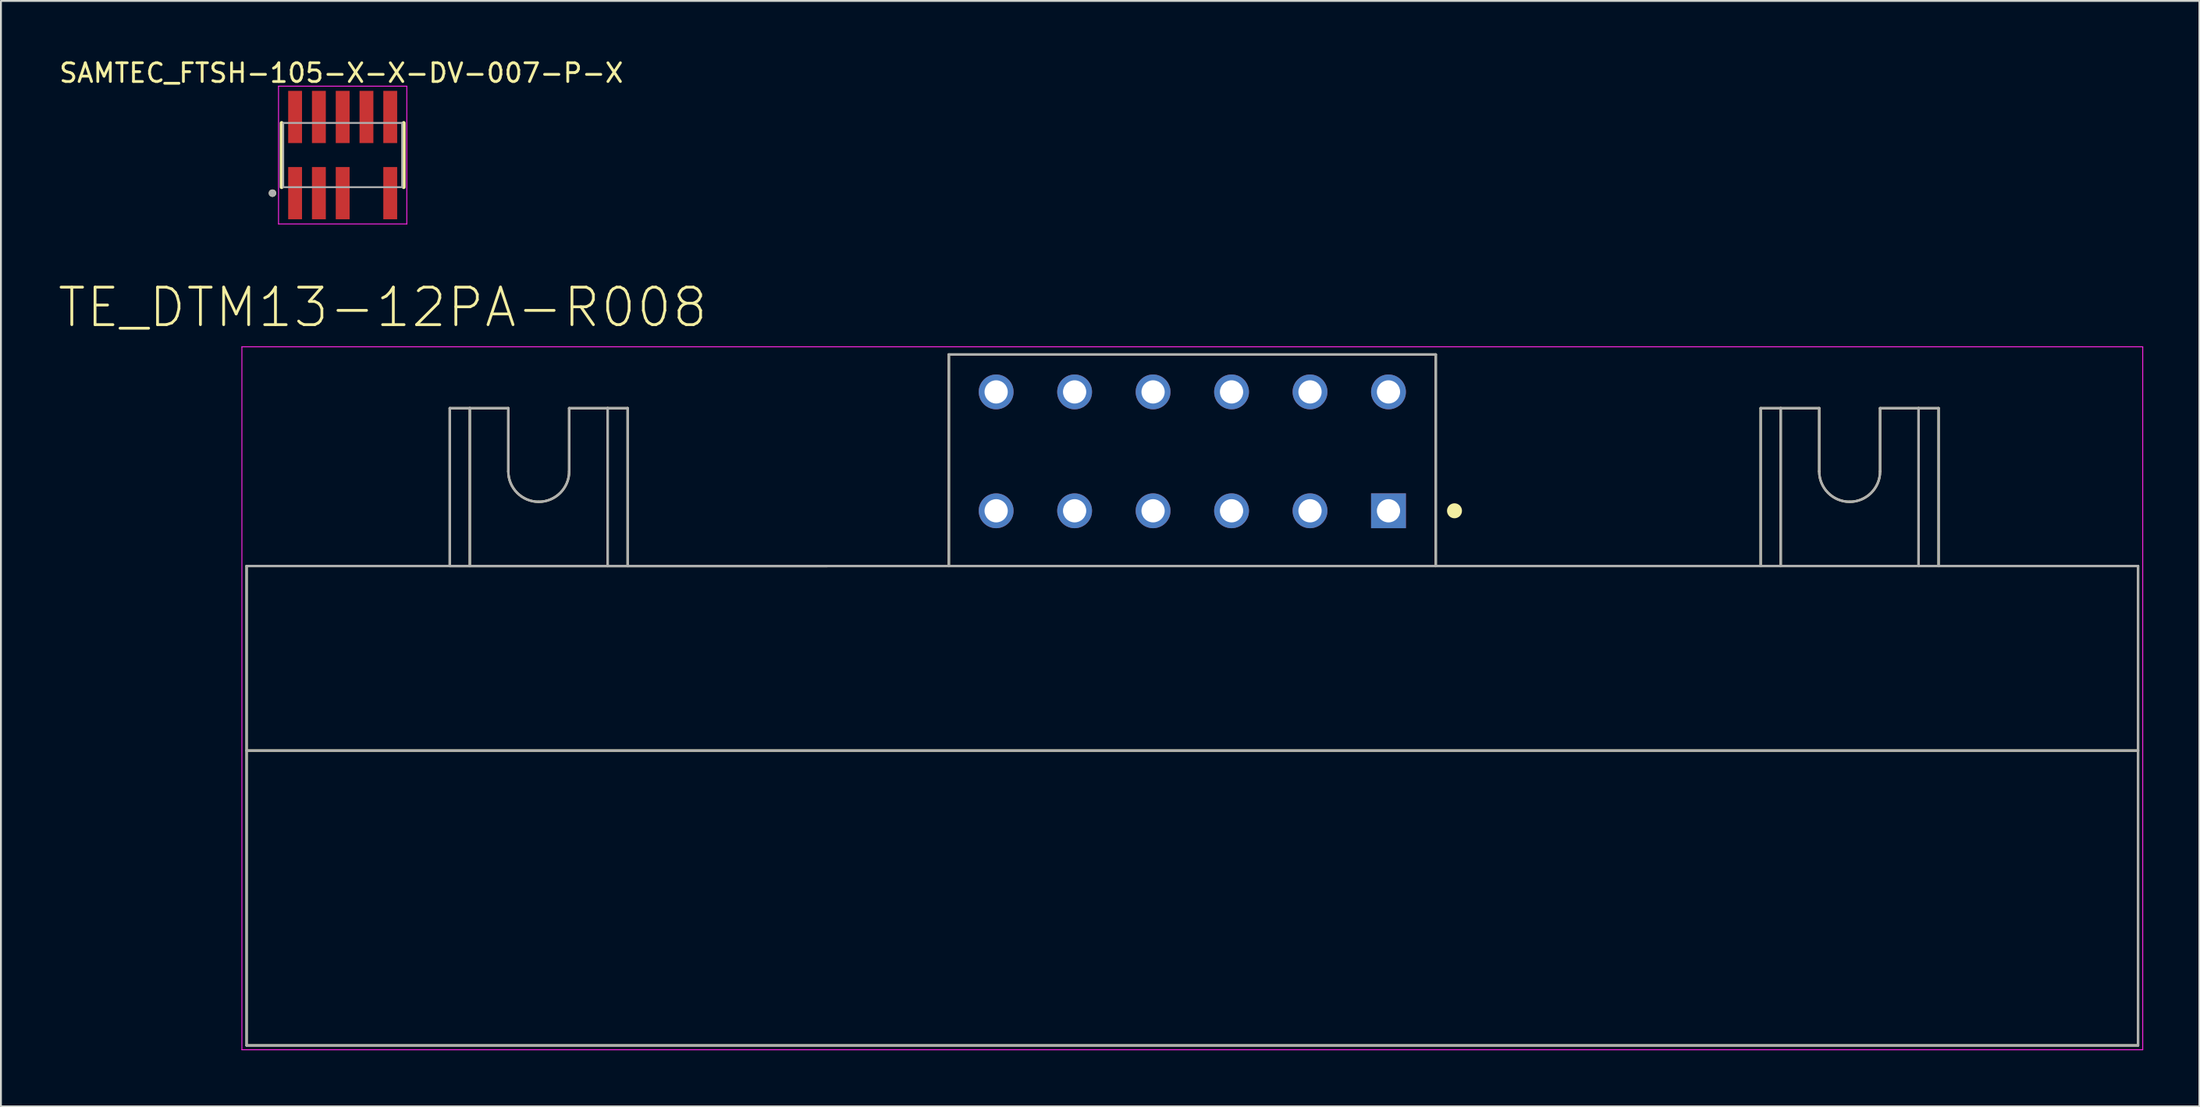
<source format=kicad_pcb>
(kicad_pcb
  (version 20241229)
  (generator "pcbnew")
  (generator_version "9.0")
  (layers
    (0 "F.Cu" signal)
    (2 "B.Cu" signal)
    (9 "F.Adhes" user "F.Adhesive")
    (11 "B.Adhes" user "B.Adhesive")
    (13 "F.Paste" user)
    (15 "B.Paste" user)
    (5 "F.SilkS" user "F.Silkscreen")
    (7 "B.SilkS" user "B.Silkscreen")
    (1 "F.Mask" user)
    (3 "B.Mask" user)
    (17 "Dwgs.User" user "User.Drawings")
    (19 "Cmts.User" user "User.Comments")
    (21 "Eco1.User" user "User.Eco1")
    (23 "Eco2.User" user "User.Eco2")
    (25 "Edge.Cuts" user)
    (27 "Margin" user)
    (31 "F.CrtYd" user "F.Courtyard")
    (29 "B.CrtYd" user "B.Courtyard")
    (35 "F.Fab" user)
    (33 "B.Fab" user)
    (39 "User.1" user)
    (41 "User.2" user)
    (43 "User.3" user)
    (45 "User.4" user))
  (footprint "TE_DTM13-12PA-R008"
    (layer "F.Cu")
    (at 60.617 22.275)
    (property "Reference" "TE_DTM13-12PA-R008" (at -43.236 -8.902 0) (layer "F.SilkS") (effects (font (size 2.003 2.003) (thickness 0.15))))
    (attr through_hole)
    (fp_line (start -50.5 4.91) (end -13 4.91) (stroke (width 0.127) (type solid)) (layer "F.SilkS"))
    (fp_line (start -50.5 14.77) (end -50.5 4.91) (stroke (width 0.127) (type solid)) (layer "F.SilkS"))
    (fp_line (start -50.5 14.77) (end -50.5 30.52) (stroke (width 0.127) (type solid)) (layer "F.SilkS"))
    (fp_line (start -50.5 30.52) (end 50.5 30.52) (stroke (width 0.127) (type solid)) (layer "F.SilkS"))
    (fp_line (start -39.65 -3.52) (end -38.58 -3.52) (stroke (width 0.127) (type solid)) (layer "F.SilkS"))
    (fp_line (start -39.65 4.91) (end -39.65 -3.52) (stroke (width 0.127) (type solid)) (layer "F.SilkS"))
    (fp_line (start -39.65 4.91) (end -38.58 4.91) (stroke (width 0.127) (type solid)) (layer "F.SilkS"))
    (fp_line (start -38.58 -3.52) (end -36.525 -3.52) (stroke (width 0.127) (type solid)) (layer "F.SilkS"))
    (fp_line (start -38.58 4.91) (end -38.58 -3.52) (stroke (width 0.127) (type solid)) (layer "F.SilkS"))
    (fp_line (start -38.58 4.91) (end -31.22 4.91) (stroke (width 0.127) (type solid)) (layer "F.SilkS"))
    (fp_line (start -36.525 -3.52) (end -36.525 -0.145) (stroke (width 0.127) (type solid)) (layer "F.SilkS"))
    (fp_line (start -33.275 -3.52) (end -31.22 -3.52) (stroke (width 0.127) (type solid)) (layer "F.SilkS"))
    (fp_line (start -33.275 -0.145) (end -33.275 -3.52) (stroke (width 0.127) (type solid)) (layer "F.SilkS"))
    (fp_line (start -31.22 -3.52) (end -30.15 -3.52) (stroke (width 0.127) (type solid)) (layer "F.SilkS"))
    (fp_line (start -31.22 4.91) (end -31.22 -3.52) (stroke (width 0.127) (type solid)) (layer "F.SilkS"))
    (fp_line (start -31.22 4.91) (end -30.15 4.91) (stroke (width 0.127) (type solid)) (layer "F.SilkS"))
    (fp_line (start -30.15 -3.52) (end -30.15 4.91) (stroke (width 0.127) (type solid)) (layer "F.SilkS"))
    (fp_line (start -30.15 4.91) (end -19.5 4.91) (stroke (width 0.127) (type solid)) (layer "F.SilkS"))
    (fp_line (start -13 -6.39) (end 13 -6.39) (stroke (width 0.127) (type solid)) (layer "F.SilkS"))
    (fp_line (start -13 4.91) (end -13 -6.39) (stroke (width 0.127) (type solid)) (layer "F.SilkS"))
    (fp_line (start -13 4.91) (end 13 4.91) (stroke (width 0.127) (type solid)) (layer "F.SilkS"))
    (fp_line (start 13 -6.39) (end 13 4.91) (stroke (width 0.127) (type solid)) (layer "F.SilkS"))
    (fp_line (start 13 4.91) (end 30.35 4.91) (stroke (width 0.127) (type solid)) (layer "F.SilkS"))
    (fp_line (start 30.35 -3.52) (end 31.42 -3.52) (stroke (width 0.127) (type solid)) (layer "F.SilkS"))
    (fp_line (start 30.35 4.91) (end 30.35 -3.52) (stroke (width 0.127) (type solid)) (layer "F.SilkS"))
    (fp_line (start 30.35 4.91) (end 31.42 4.91) (stroke (width 0.127) (type solid)) (layer "F.SilkS"))
    (fp_line (start 31.42 -3.52) (end 33.475 -3.52) (stroke (width 0.127) (type solid)) (layer "F.SilkS"))
    (fp_line (start 31.42 4.91) (end 31.42 -3.52) (stroke (width 0.127) (type solid)) (layer "F.SilkS"))
    (fp_line (start 31.42 4.91) (end 38.78 4.91) (stroke (width 0.127) (type solid)) (layer "F.SilkS"))
    (fp_line (start 33.475 -3.52) (end 33.475 -0.145) (stroke (width 0.127) (type solid)) (layer "F.SilkS"))
    (fp_line (start 36.725 -3.52) (end 38.78 -3.52) (stroke (width 0.127) (type solid)) (layer "F.SilkS"))
    (fp_line (start 36.725 -0.145) (end 36.725 -3.52) (stroke (width 0.127) (type solid)) (layer "F.SilkS"))
    (fp_line (start 38.78 -3.52) (end 39.85 -3.52) (stroke (width 0.127) (type solid)) (layer "F.SilkS"))
    (fp_line (start 38.78 4.91) (end 38.78 -3.52) (stroke (width 0.127) (type solid)) (layer "F.SilkS"))
    (fp_line (start 38.78 4.91) (end 39.85 4.91) (stroke (width 0.127) (type solid)) (layer "F.SilkS"))
    (fp_line (start 39.85 -3.52) (end 39.85 4.91) (stroke (width 0.127) (type solid)) (layer "F.SilkS"))
    (fp_line (start 39.85 4.91) (end 50.5 4.91) (stroke (width 0.127) (type solid)) (layer "F.SilkS"))
    (fp_line (start 50.5 4.91) (end 50.5 14.77) (stroke (width 0.127) (type solid)) (layer "F.SilkS"))
    (fp_line (start 50.5 14.77) (end -50.5 14.77) (stroke (width 0.127) (type solid)) (layer "F.SilkS"))
    (fp_line (start 50.5 30.52) (end 50.5 14.77) (stroke (width 0.127) (type solid)) (layer "F.SilkS"))
    (fp_arc (start -34.9 1.48) (mid -36.049049 1.004049) (end -36.525 -0.145) (stroke (width 0.127) (type solid)) (layer "F.SilkS"))
    (fp_arc (start -33.275 -0.145) (mid -33.750951 1.004049) (end -34.9 1.48) (stroke (width 0.127) (type solid)) (layer "F.SilkS"))
    (fp_arc (start 35.1 1.48) (mid 33.950951 1.004049) (end 33.475 -0.145) (stroke (width 0.127) (type solid)) (layer "F.SilkS"))
    (fp_arc (start 36.725 -0.145) (mid 36.249049 1.004049) (end 35.1 1.48) (stroke (width 0.127) (type solid)) (layer "F.SilkS"))
    (fp_circle (center 14 1.96) (end 14.2 1.96) (stroke (width 0.4) (type solid)) (fill no) (layer "F.SilkS"))
    (fp_line (start -50.75 -6.8) (end -50.75 30.75) (stroke (width 0.05) (type solid)) (layer "F.CrtYd"))
    (fp_line (start -50.75 30.75) (end 50.75 30.75) (stroke (width 0.05) (type solid)) (layer "F.CrtYd"))
    (fp_line (start 50.75 -6.8) (end -50.75 -6.8) (stroke (width 0.05) (type solid)) (layer "F.CrtYd"))
    (fp_line (start 50.75 30.75) (end 50.75 -6.8) (stroke (width 0.05) (type solid)) (layer "F.CrtYd"))
    (fp_line (start -50.5 4.91) (end -13 4.91) (stroke (width 0.127) (type solid)) (layer "F.Fab"))
    (fp_line (start -50.5 14.77) (end -50.5 4.91) (stroke (width 0.127) (type solid)) (layer "F.Fab"))
    (fp_line (start -50.5 14.77) (end -50.5 30.52) (stroke (width 0.127) (type solid)) (layer "F.Fab"))
    (fp_line (start -50.5 30.52) (end 50.5 30.52) (stroke (width 0.127) (type solid)) (layer "F.Fab"))
    (fp_line (start -39.65 -3.52) (end -38.58 -3.52) (stroke (width 0.127) (type solid)) (layer "F.Fab"))
    (fp_line (start -39.65 4.91) (end -39.65 -3.52) (stroke (width 0.127) (type solid)) (layer "F.Fab"))
    (fp_line (start -39.65 4.91) (end -38.58 4.91) (stroke (width 0.127) (type solid)) (layer "F.Fab"))
    (fp_line (start -38.58 -3.52) (end -36.525 -3.52) (stroke (width 0.127) (type solid)) (layer "F.Fab"))
    (fp_line (start -38.58 4.91) (end -38.58 -3.52) (stroke (width 0.127) (type solid)) (layer "F.Fab"))
    (fp_line (start -38.58 4.91) (end -31.22 4.91) (stroke (width 0.127) (type solid)) (layer "F.Fab"))
    (fp_line (start -36.525 -3.52) (end -36.525 -0.145) (stroke (width 0.127) (type solid)) (layer "F.Fab"))
    (fp_line (start -33.275 -3.52) (end -31.22 -3.52) (stroke (width 0.127) (type solid)) (layer "F.Fab"))
    (fp_line (start -33.275 -0.145) (end -33.275 -3.52) (stroke (width 0.127) (type solid)) (layer "F.Fab"))
    (fp_line (start -31.22 -3.52) (end -30.15 -3.52) (stroke (width 0.127) (type solid)) (layer "F.Fab"))
    (fp_line (start -31.22 4.91) (end -31.22 -3.52) (stroke (width 0.127) (type solid)) (layer "F.Fab"))
    (fp_line (start -31.22 4.91) (end -30.15 4.91) (stroke (width 0.127) (type solid)) (layer "F.Fab"))
    (fp_line (start -30.15 -3.52) (end -30.15 4.91) (stroke (width 0.127) (type solid)) (layer "F.Fab"))
    (fp_line (start -30.15 4.91) (end -19.5 4.91) (stroke (width 0.127) (type solid)) (layer "F.Fab"))
    (fp_line (start -13 -6.39) (end 13 -6.39) (stroke (width 0.127) (type solid)) (layer "F.Fab"))
    (fp_line (start -13 4.91) (end -13 -6.39) (stroke (width 0.127) (type solid)) (layer "F.Fab"))
    (fp_line (start -13 4.91) (end 13 4.91) (stroke (width 0.127) (type solid)) (layer "F.Fab"))
    (fp_line (start 13 -6.39) (end 13 4.91) (stroke (width 0.127) (type solid)) (layer "F.Fab"))
    (fp_line (start 13 4.91) (end 30.35 4.91) (stroke (width 0.127) (type solid)) (layer "F.Fab"))
    (fp_line (start 30.35 -3.52) (end 31.42 -3.52) (stroke (width 0.127) (type solid)) (layer "F.Fab"))
    (fp_line (start 30.35 4.91) (end 30.35 -3.52) (stroke (width 0.127) (type solid)) (layer "F.Fab"))
    (fp_line (start 30.35 4.91) (end 31.42 4.91) (stroke (width 0.127) (type solid)) (layer "F.Fab"))
    (fp_line (start 31.42 -3.52) (end 33.475 -3.52) (stroke (width 0.127) (type solid)) (layer "F.Fab"))
    (fp_line (start 31.42 4.91) (end 31.42 -3.52) (stroke (width 0.127) (type solid)) (layer "F.Fab"))
    (fp_line (start 31.42 4.91) (end 38.78 4.91) (stroke (width 0.127) (type solid)) (layer "F.Fab"))
    (fp_line (start 33.475 -3.52) (end 33.475 -0.145) (stroke (width 0.127) (type solid)) (layer "F.Fab"))
    (fp_line (start 36.725 -3.52) (end 38.78 -3.52) (stroke (width 0.127) (type solid)) (layer "F.Fab"))
    (fp_line (start 36.725 -0.145) (end 36.725 -3.52) (stroke (width 0.127) (type solid)) (layer "F.Fab"))
    (fp_line (start 38.78 -3.52) (end 39.85 -3.52) (stroke (width 0.127) (type solid)) (layer "F.Fab"))
    (fp_line (start 38.78 4.91) (end 38.78 -3.52) (stroke (width 0.127) (type solid)) (layer "F.Fab"))
    (fp_line (start 38.78 4.91) (end 39.85 4.91) (stroke (width 0.127) (type solid)) (layer "F.Fab"))
    (fp_line (start 39.85 -3.52) (end 39.85 4.91) (stroke (width 0.127) (type solid)) (layer "F.Fab"))
    (fp_line (start 39.85 4.91) (end 50.5 4.91) (stroke (width 0.127) (type solid)) (layer "F.Fab"))
    (fp_line (start 50.5 4.91) (end 50.5 14.77) (stroke (width 0.127) (type solid)) (layer "F.Fab"))
    (fp_line (start 50.5 14.77) (end -50.5 14.77) (stroke (width 0.127) (type solid)) (layer "F.Fab"))
    (fp_line (start 50.5 30.52) (end 50.5 14.77) (stroke (width 0.127) (type solid)) (layer "F.Fab"))
    (fp_arc (start -34.9 1.48) (mid -36.049049 1.004049) (end -36.525 -0.145) (stroke (width 0.127) (type solid)) (layer "F.Fab"))
    (fp_arc (start -33.275 -0.145) (mid -33.750951 1.004049) (end -34.9 1.48) (stroke (width 0.127) (type solid)) (layer "F.Fab"))
    (fp_arc (start 35.1 1.48) (mid 33.950951 1.004049) (end 33.475 -0.145) (stroke (width 0.127) (type solid)) (layer "F.Fab"))
    (fp_arc (start 36.725 -0.145) (mid 36.249049 1.004049) (end 35.1 1.48) (stroke (width 0.127) (type solid)) (layer "F.Fab"))
    (fp_circle (center 10.475 1.96) (end 10.675 1.96) (stroke (width 0.4) (type solid)) (fill no) (layer "F.Fab"))
    (pad "1" thru_hole rect (at 10.475 1.96) (size 1.86 1.86) (drill 1.24) (layers "*.Cu" "*.Mask"))
    (pad "2" thru_hole circle (at 6.285 1.96) (size 1.86 1.86) (drill 1.24) (layers "*.Cu" "*.Mask"))
    (pad "3" thru_hole circle (at 2.095 1.96) (size 1.86 1.86) (drill 1.24) (layers "*.Cu" "*.Mask"))
    (pad "4" thru_hole circle (at -2.095 1.96) (size 1.86 1.86) (drill 1.24) (layers "*.Cu" "*.Mask"))
    (pad "5" thru_hole circle (at -6.285 1.96) (size 1.86 1.86) (drill 1.24) (layers "*.Cu" "*.Mask"))
    (pad "6" thru_hole circle (at -10.475 1.96) (size 1.86 1.86) (drill 1.24) (layers "*.Cu" "*.Mask"))
    (pad "7" thru_hole circle (at -10.475 -4.39) (size 1.86 1.86) (drill 1.24) (layers "*.Cu" "*.Mask"))
    (pad "8" thru_hole circle (at -6.285 -4.39) (size 1.86 1.86) (drill 1.24) (layers "*.Cu" "*.Mask"))
    (pad "9" thru_hole circle (at -2.095 -4.39) (size 1.86 1.86) (drill 1.24) (layers "*.Cu" "*.Mask"))
    (pad "10" thru_hole circle (at 2.095 -4.39) (size 1.86 1.86) (drill 1.24) (layers "*.Cu" "*.Mask"))
    (pad "11" thru_hole circle (at 6.285 -4.39) (size 1.86 1.86) (drill 1.24) (layers "*.Cu" "*.Mask"))
    (pad "12" thru_hole circle (at 10.475 -4.39) (size 1.86 1.86) (drill 1.24) (layers "*.Cu" "*.Mask")))
  (footprint "SAMTEC_FTSH-105-X-X-DV-007-P-X"
    (layer "F.Cu")
    (at 15.248 5.233)
    (property "Reference" "SAMTEC_FTSH-105-X-X-DV-007-P-X" (at -0.075 -4.385 0) (layer "F.SilkS") (effects (font (size 1 1) (thickness 0.15))))
    (attr smd)
    (fp_line (start -3.26 1.715) (end -3.26 -1.715) (stroke (width 0.2) (type solid)) (layer "F.SilkS"))
    (fp_line (start 3.26 -1.715) (end 3.26 1.715) (stroke (width 0.2) (type solid)) (layer "F.SilkS"))
    (fp_circle (center -3.75 2.035) (end -3.65 2.035) (stroke (width 0.2) (type solid)) (fill no) (layer "F.SilkS"))
    (fp_line (start -3.425 -3.68) (end 3.425 -3.68) (stroke (width 0.05) (type solid)) (layer "F.CrtYd"))
    (fp_line (start -3.425 3.68) (end -3.425 -3.68) (stroke (width 0.05) (type solid)) (layer "F.CrtYd"))
    (fp_line (start 3.425 -3.68) (end 3.425 3.68) (stroke (width 0.05) (type solid)) (layer "F.CrtYd"))
    (fp_line (start 3.425 3.68) (end -3.425 3.68) (stroke (width 0.05) (type solid)) (layer "F.CrtYd"))
    (fp_line (start -3.175 -1.715) (end 3.175 -1.715) (stroke (width 0.1) (type solid)) (layer "F.Fab"))
    (fp_line (start -3.175 1.715) (end -3.175 -1.715) (stroke (width 0.1) (type solid)) (layer "F.Fab"))
    (fp_line (start 3.175 -1.715) (end 3.175 1.715) (stroke (width 0.1) (type solid)) (layer "F.Fab"))
    (fp_line (start 3.175 1.715) (end -3.175 1.715) (stroke (width 0.1) (type solid)) (layer "F.Fab"))
    (fp_circle (center -3.75 2.035) (end -3.65 2.035) (stroke (width 0.2) (type solid)) (fill no) (layer "F.Fab"))
    (pad "01" smd rect (at -2.54 2.035) (size 0.74 2.79) (layers "F.Cu" "F.Mask" "F.Paste"))
    (pad "02" smd rect (at -2.54 -2.035) (size 0.74 2.79) (layers "F.Cu" "F.Mask" "F.Paste"))
    (pad "03" smd rect (at -1.27 2.035) (size 0.74 2.79) (layers "F.Cu" "F.Mask" "F.Paste"))
    (pad "04" smd rect (at -1.27 -2.035) (size 0.74 2.79) (layers "F.Cu" "F.Mask" "F.Paste"))
    (pad "05" smd rect (at 0 2.035) (size 0.74 2.79) (layers "F.Cu" "F.Mask" "F.Paste"))
    (pad "06" smd rect (at 0 -2.035) (size 0.74 2.79) (layers "F.Cu" "F.Mask" "F.Paste"))
    (pad "08" smd rect (at 1.27 -2.035) (size 0.74 2.79) (layers "F.Cu" "F.Mask" "F.Paste"))
    (pad "09" smd rect (at 2.54 2.035) (size 0.74 2.79) (layers "F.Cu" "F.Mask" "F.Paste"))
    (pad "10" smd rect (at 2.54 -2.035) (size 0.74 2.79) (layers "F.Cu" "F.Mask" "F.Paste")))
  (gr_rect
    (start -3 -3)
    (end 114.392 56.05)
    (stroke (width 0.1) (type default))
    (fill no)
    (layer "Edge.Cuts")))
</source>
